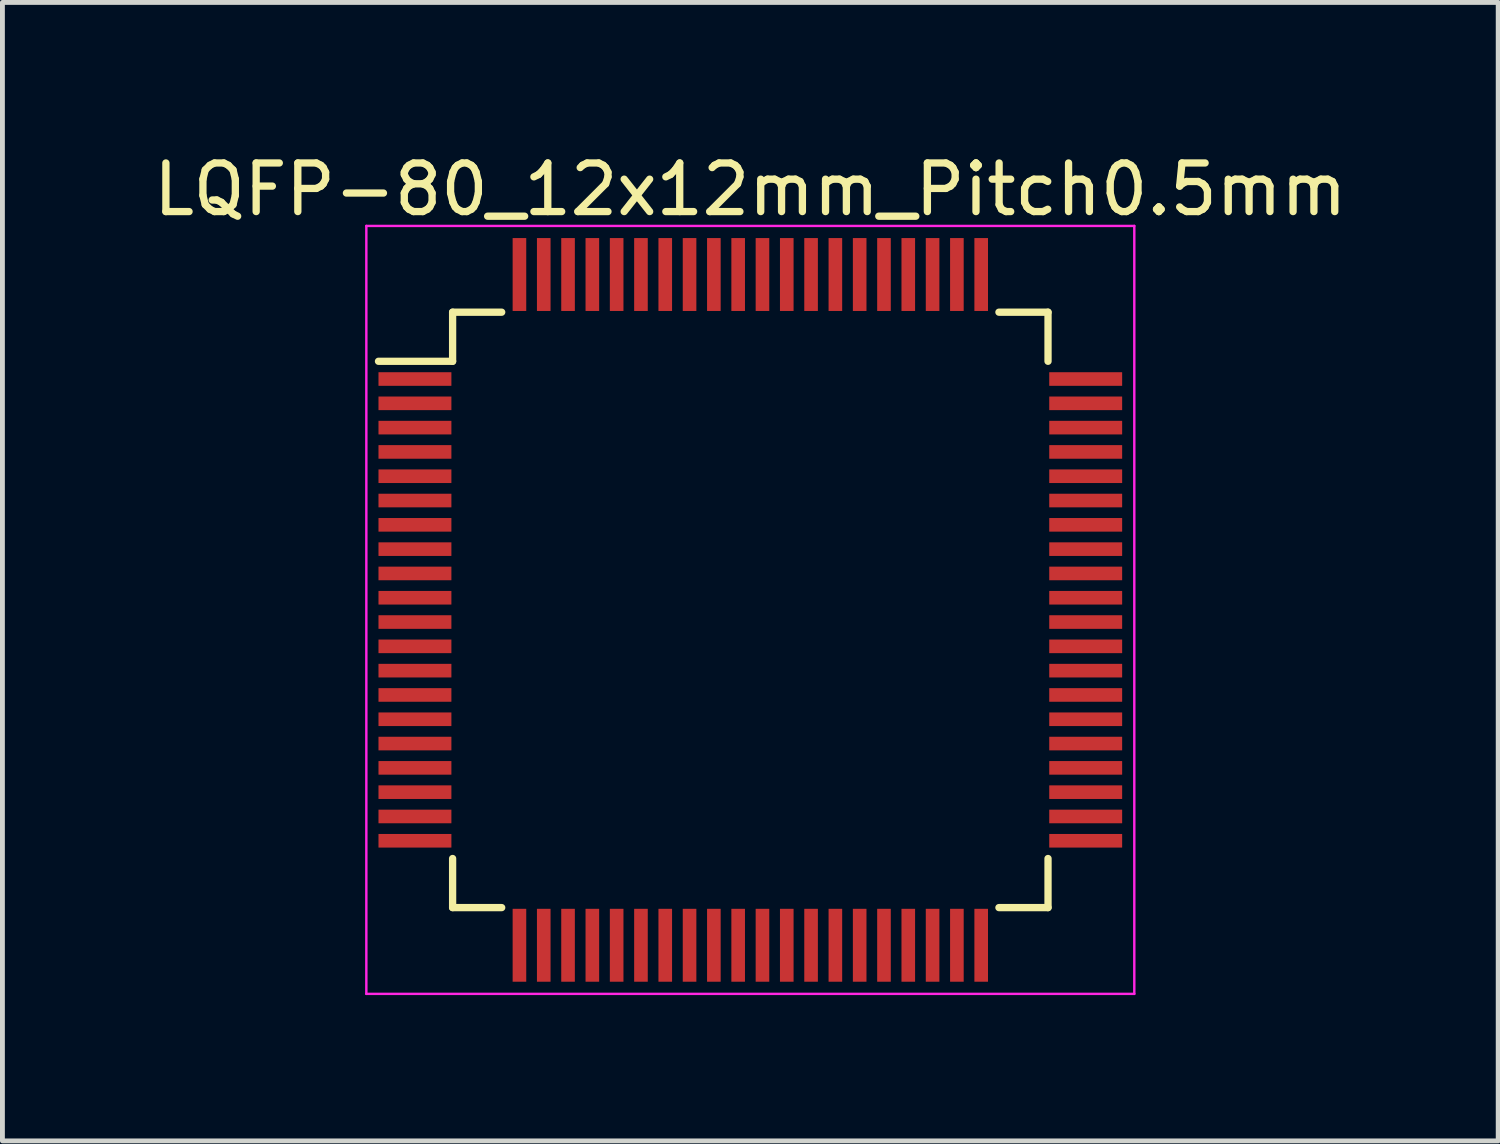
<source format=kicad_pcb>
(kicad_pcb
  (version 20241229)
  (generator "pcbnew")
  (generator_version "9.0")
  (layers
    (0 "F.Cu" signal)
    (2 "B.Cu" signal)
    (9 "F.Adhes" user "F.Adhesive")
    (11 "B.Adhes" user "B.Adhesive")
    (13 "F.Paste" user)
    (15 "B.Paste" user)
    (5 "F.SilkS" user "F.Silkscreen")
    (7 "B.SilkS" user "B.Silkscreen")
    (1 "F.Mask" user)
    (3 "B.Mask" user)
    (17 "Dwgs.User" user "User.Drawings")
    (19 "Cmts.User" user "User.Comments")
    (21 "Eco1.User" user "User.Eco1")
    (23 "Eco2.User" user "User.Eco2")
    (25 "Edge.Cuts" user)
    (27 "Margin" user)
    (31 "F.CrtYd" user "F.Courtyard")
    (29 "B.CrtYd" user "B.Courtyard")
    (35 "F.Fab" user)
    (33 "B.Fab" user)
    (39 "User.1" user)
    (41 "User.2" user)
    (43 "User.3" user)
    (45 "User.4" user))
  (footprint "LQFP-80_12x12mm_Pitch0.5mm"
    (layer "F.Cu")
    (at 12.387 9.498)
    (property "Reference" "LQFP-80_12x12mm_Pitch0.5mm" (at 0 -8.65 0) (layer "F.SilkS") (effects (font (size 1 1) (thickness 0.15))))
    (attr smd)
    (fp_line (start -6.125 -6.125) (end -6.125 -5.115) (stroke (width 0.15) (type solid)) (layer "F.SilkS"))
    (fp_line (start -6.125 -6.125) (end -5.115 -6.125) (stroke (width 0.15) (type solid)) (layer "F.SilkS"))
    (fp_line (start -6.125 -5.115) (end -7.65 -5.115) (stroke (width 0.15) (type solid)) (layer "F.SilkS"))
    (fp_line (start -6.125 6.125) (end -6.125 5.115) (stroke (width 0.15) (type solid)) (layer "F.SilkS"))
    (fp_line (start -6.125 6.125) (end -5.115 6.125) (stroke (width 0.15) (type solid)) (layer "F.SilkS"))
    (fp_line (start 6.125 -6.125) (end 5.115 -6.125) (stroke (width 0.15) (type solid)) (layer "F.SilkS"))
    (fp_line (start 6.125 -6.125) (end 6.125 -5.115) (stroke (width 0.15) (type solid)) (layer "F.SilkS"))
    (fp_line (start 6.125 6.125) (end 5.115 6.125) (stroke (width 0.15) (type solid)) (layer "F.SilkS"))
    (fp_line (start 6.125 6.125) (end 6.125 5.115) (stroke (width 0.15) (type solid)) (layer "F.SilkS"))
    (fp_line (start -7.9 -7.9) (end -7.9 7.9) (stroke (width 0.05) (type solid)) (layer "F.CrtYd"))
    (fp_line (start -7.9 -7.9) (end 7.9 -7.9) (stroke (width 0.05) (type solid)) (layer "F.CrtYd"))
    (fp_line (start -7.9 7.9) (end 7.9 7.9) (stroke (width 0.05) (type solid)) (layer "F.CrtYd"))
    (fp_line (start 7.9 -7.9) (end 7.9 7.9) (stroke (width 0.05) (type solid)) (layer "F.CrtYd"))
    (pad "1" smd rect (at -6.9 -4.75) (size 1.5 0.28) (layers "F.Cu" "F.Mask" "F.Paste"))
    (pad "2" smd rect (at -6.9 -4.25) (size 1.5 0.28) (layers "F.Cu" "F.Mask" "F.Paste"))
    (pad "3" smd rect (at -6.9 -3.75) (size 1.5 0.28) (layers "F.Cu" "F.Mask" "F.Paste"))
    (pad "4" smd rect (at -6.9 -3.25) (size 1.5 0.28) (layers "F.Cu" "F.Mask" "F.Paste"))
    (pad "5" smd rect (at -6.9 -2.75) (size 1.5 0.28) (layers "F.Cu" "F.Mask" "F.Paste"))
    (pad "6" smd rect (at -6.9 -2.25) (size 1.5 0.28) (layers "F.Cu" "F.Mask" "F.Paste"))
    (pad "7" smd rect (at -6.9 -1.75) (size 1.5 0.28) (layers "F.Cu" "F.Mask" "F.Paste"))
    (pad "8" smd rect (at -6.9 -1.25) (size 1.5 0.28) (layers "F.Cu" "F.Mask" "F.Paste"))
    (pad "9" smd rect (at -6.9 -0.75) (size 1.5 0.28) (layers "F.Cu" "F.Mask" "F.Paste"))
    (pad "10" smd rect (at -6.9 -0.25) (size 1.5 0.28) (layers "F.Cu" "F.Mask" "F.Paste"))
    (pad "11" smd rect (at -6.9 0.25) (size 1.5 0.28) (layers "F.Cu" "F.Mask" "F.Paste"))
    (pad "12" smd rect (at -6.9 0.75) (size 1.5 0.28) (layers "F.Cu" "F.Mask" "F.Paste"))
    (pad "13" smd rect (at -6.9 1.25) (size 1.5 0.28) (layers "F.Cu" "F.Mask" "F.Paste"))
    (pad "14" smd rect (at -6.9 1.75) (size 1.5 0.28) (layers "F.Cu" "F.Mask" "F.Paste"))
    (pad "15" smd rect (at -6.9 2.25) (size 1.5 0.28) (layers "F.Cu" "F.Mask" "F.Paste"))
    (pad "16" smd rect (at -6.9 2.75) (size 1.5 0.28) (layers "F.Cu" "F.Mask" "F.Paste"))
    (pad "17" smd rect (at -6.9 3.25) (size 1.5 0.28) (layers "F.Cu" "F.Mask" "F.Paste"))
    (pad "18" smd rect (at -6.9 3.75) (size 1.5 0.28) (layers "F.Cu" "F.Mask" "F.Paste"))
    (pad "19" smd rect (at -6.9 4.25) (size 1.5 0.28) (layers "F.Cu" "F.Mask" "F.Paste"))
    (pad "20" smd rect (at -6.9 4.75) (size 1.5 0.28) (layers "F.Cu" "F.Mask" "F.Paste"))
    (pad "21" smd rect (at -4.75 6.9 90) (size 1.5 0.28) (layers "F.Cu" "F.Mask" "F.Paste"))
    (pad "22" smd rect (at -4.25 6.9 90) (size 1.5 0.28) (layers "F.Cu" "F.Mask" "F.Paste"))
    (pad "23" smd rect (at -3.75 6.9 90) (size 1.5 0.28) (layers "F.Cu" "F.Mask" "F.Paste"))
    (pad "24" smd rect (at -3.25 6.9 90) (size 1.5 0.28) (layers "F.Cu" "F.Mask" "F.Paste"))
    (pad "25" smd rect (at -2.75 6.9 90) (size 1.5 0.28) (layers "F.Cu" "F.Mask" "F.Paste"))
    (pad "26" smd rect (at -2.25 6.9 90) (size 1.5 0.28) (layers "F.Cu" "F.Mask" "F.Paste"))
    (pad "27" smd rect (at -1.75 6.9 90) (size 1.5 0.28) (layers "F.Cu" "F.Mask" "F.Paste"))
    (pad "28" smd rect (at -1.25 6.9 90) (size 1.5 0.28) (layers "F.Cu" "F.Mask" "F.Paste"))
    (pad "29" smd rect (at -0.75 6.9 90) (size 1.5 0.28) (layers "F.Cu" "F.Mask" "F.Paste"))
    (pad "30" smd rect (at -0.25 6.9 90) (size 1.5 0.28) (layers "F.Cu" "F.Mask" "F.Paste"))
    (pad "31" smd rect (at 0.25 6.9 90) (size 1.5 0.28) (layers "F.Cu" "F.Mask" "F.Paste"))
    (pad "32" smd rect (at 0.75 6.9 90) (size 1.5 0.28) (layers "F.Cu" "F.Mask" "F.Paste"))
    (pad "33" smd rect (at 1.25 6.9 90) (size 1.5 0.28) (layers "F.Cu" "F.Mask" "F.Paste"))
    (pad "34" smd rect (at 1.75 6.9 90) (size 1.5 0.28) (layers "F.Cu" "F.Mask" "F.Paste"))
    (pad "35" smd rect (at 2.25 6.9 90) (size 1.5 0.28) (layers "F.Cu" "F.Mask" "F.Paste"))
    (pad "36" smd rect (at 2.75 6.9 90) (size 1.5 0.28) (layers "F.Cu" "F.Mask" "F.Paste"))
    (pad "37" smd rect (at 3.25 6.9 90) (size 1.5 0.28) (layers "F.Cu" "F.Mask" "F.Paste"))
    (pad "38" smd rect (at 3.75 6.9 90) (size 1.5 0.28) (layers "F.Cu" "F.Mask" "F.Paste"))
    (pad "39" smd rect (at 4.25 6.9 90) (size 1.5 0.28) (layers "F.Cu" "F.Mask" "F.Paste"))
    (pad "40" smd rect (at 4.75 6.9 90) (size 1.5 0.28) (layers "F.Cu" "F.Mask" "F.Paste"))
    (pad "41" smd rect (at 6.9 4.75) (size 1.5 0.28) (layers "F.Cu" "F.Mask" "F.Paste"))
    (pad "42" smd rect (at 6.9 4.25) (size 1.5 0.28) (layers "F.Cu" "F.Mask" "F.Paste"))
    (pad "43" smd rect (at 6.9 3.75) (size 1.5 0.28) (layers "F.Cu" "F.Mask" "F.Paste"))
    (pad "44" smd rect (at 6.9 3.25) (size 1.5 0.28) (layers "F.Cu" "F.Mask" "F.Paste"))
    (pad "45" smd rect (at 6.9 2.75) (size 1.5 0.28) (layers "F.Cu" "F.Mask" "F.Paste"))
    (pad "46" smd rect (at 6.9 2.25) (size 1.5 0.28) (layers "F.Cu" "F.Mask" "F.Paste"))
    (pad "47" smd rect (at 6.9 1.75) (size 1.5 0.28) (layers "F.Cu" "F.Mask" "F.Paste"))
    (pad "48" smd rect (at 6.9 1.25) (size 1.5 0.28) (layers "F.Cu" "F.Mask" "F.Paste"))
    (pad "49" smd rect (at 6.9 0.75) (size 1.5 0.28) (layers "F.Cu" "F.Mask" "F.Paste"))
    (pad "50" smd rect (at 6.9 0.25) (size 1.5 0.28) (layers "F.Cu" "F.Mask" "F.Paste"))
    (pad "51" smd rect (at 6.9 -0.25) (size 1.5 0.28) (layers "F.Cu" "F.Mask" "F.Paste"))
    (pad "52" smd rect (at 6.9 -0.75) (size 1.5 0.28) (layers "F.Cu" "F.Mask" "F.Paste"))
    (pad "53" smd rect (at 6.9 -1.25) (size 1.5 0.28) (layers "F.Cu" "F.Mask" "F.Paste"))
    (pad "54" smd rect (at 6.9 -1.75) (size 1.5 0.28) (layers "F.Cu" "F.Mask" "F.Paste"))
    (pad "55" smd rect (at 6.9 -2.25) (size 1.5 0.28) (layers "F.Cu" "F.Mask" "F.Paste"))
    (pad "56" smd rect (at 6.9 -2.75) (size 1.5 0.28) (layers "F.Cu" "F.Mask" "F.Paste"))
    (pad "57" smd rect (at 6.9 -3.25) (size 1.5 0.28) (layers "F.Cu" "F.Mask" "F.Paste"))
    (pad "58" smd rect (at 6.9 -3.75) (size 1.5 0.28) (layers "F.Cu" "F.Mask" "F.Paste"))
    (pad "59" smd rect (at 6.9 -4.25) (size 1.5 0.28) (layers "F.Cu" "F.Mask" "F.Paste"))
    (pad "60" smd rect (at 6.9 -4.75) (size 1.5 0.28) (layers "F.Cu" "F.Mask" "F.Paste"))
    (pad "61" smd rect (at 4.75 -6.9 90) (size 1.5 0.28) (layers "F.Cu" "F.Mask" "F.Paste"))
    (pad "62" smd rect (at 4.25 -6.9 90) (size 1.5 0.28) (layers "F.Cu" "F.Mask" "F.Paste"))
    (pad "63" smd rect (at 3.75 -6.9 90) (size 1.5 0.28) (layers "F.Cu" "F.Mask" "F.Paste"))
    (pad "64" smd rect (at 3.25 -6.9 90) (size 1.5 0.28) (layers "F.Cu" "F.Mask" "F.Paste"))
    (pad "65" smd rect (at 2.75 -6.9 90) (size 1.5 0.28) (layers "F.Cu" "F.Mask" "F.Paste"))
    (pad "66" smd rect (at 2.25 -6.9 90) (size 1.5 0.28) (layers "F.Cu" "F.Mask" "F.Paste"))
    (pad "67" smd rect (at 1.75 -6.9 90) (size 1.5 0.28) (layers "F.Cu" "F.Mask" "F.Paste"))
    (pad "68" smd rect (at 1.25 -6.9 90) (size 1.5 0.28) (layers "F.Cu" "F.Mask" "F.Paste"))
    (pad "69" smd rect (at 0.75 -6.9 90) (size 1.5 0.28) (layers "F.Cu" "F.Mask" "F.Paste"))
    (pad "70" smd rect (at 0.25 -6.9 90) (size 1.5 0.28) (layers "F.Cu" "F.Mask" "F.Paste"))
    (pad "71" smd rect (at -0.25 -6.9 90) (size 1.5 0.28) (layers "F.Cu" "F.Mask" "F.Paste"))
    (pad "72" smd rect (at -0.75 -6.9 90) (size 1.5 0.28) (layers "F.Cu" "F.Mask" "F.Paste"))
    (pad "73" smd rect (at -1.25 -6.9 90) (size 1.5 0.28) (layers "F.Cu" "F.Mask" "F.Paste"))
    (pad "74" smd rect (at -1.75 -6.9 90) (size 1.5 0.28) (layers "F.Cu" "F.Mask" "F.Paste"))
    (pad "75" smd rect (at -2.25 -6.9 90) (size 1.5 0.28) (layers "F.Cu" "F.Mask" "F.Paste"))
    (pad "76" smd rect (at -2.75 -6.9 90) (size 1.5 0.28) (layers "F.Cu" "F.Mask" "F.Paste"))
    (pad "77" smd rect (at -3.25 -6.9 90) (size 1.5 0.28) (layers "F.Cu" "F.Mask" "F.Paste"))
    (pad "78" smd rect (at -3.75 -6.9 90) (size 1.5 0.28) (layers "F.Cu" "F.Mask" "F.Paste"))
    (pad "79" smd rect (at -4.25 -6.9 90) (size 1.5 0.28) (layers "F.Cu" "F.Mask" "F.Paste"))
    (pad "80" smd rect (at -4.75 -6.9 90) (size 1.5 0.28) (layers "F.Cu" "F.Mask" "F.Paste")))
  (gr_rect
    (start -3 -3)
    (end 27.774 20.423)
    (stroke (width 0.1) (type default))
    (fill no)
    (layer "Edge.Cuts")))
</source>
